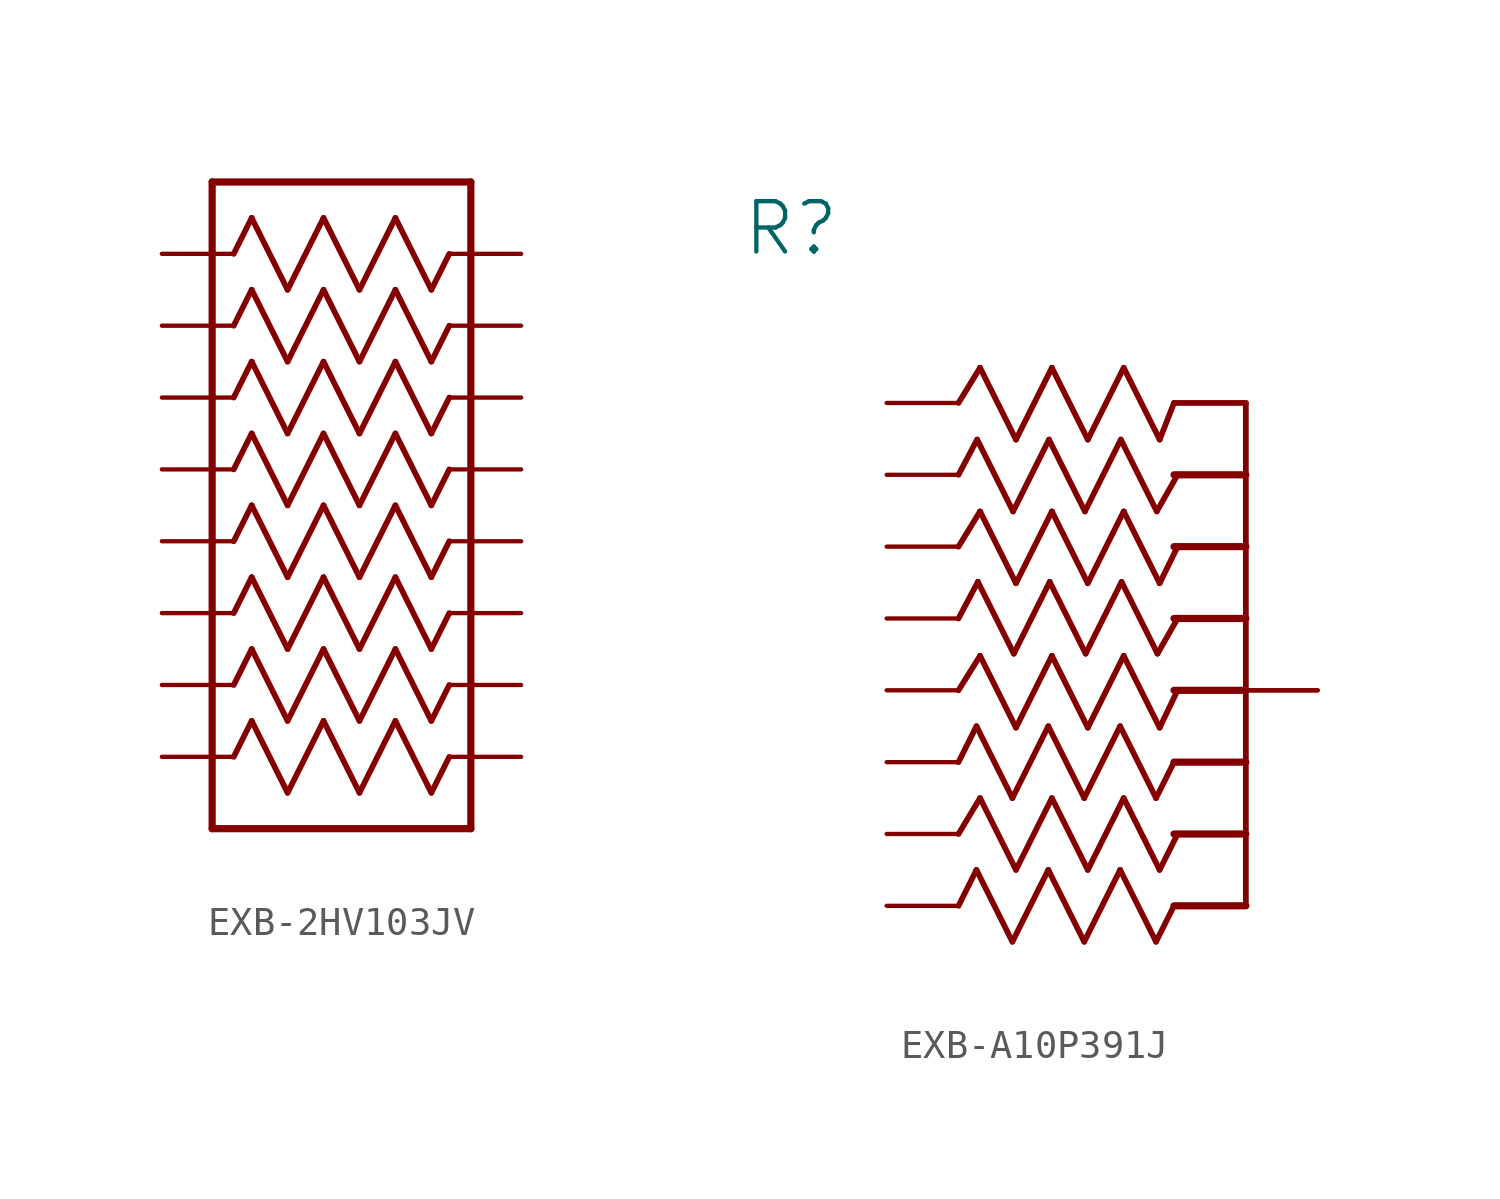
<source format=kicad_sym>
(kicad_symbol_lib
  (version 20241209)
  (generator "kicad_symbol_editor")
  (generator_version "9.0")
  (symbol "EXB-2HV103JV"
    (property "Reference" "R"
      (at -2.54 10.16 0)
      (effects (font (size 3.48 2.958)) (justify left bottom) (hide yes)))
    (property "ki_locked" ""
      (at 0 0 0)
      (effects (font (size 1.27 1.27))))
    (symbol "EXB-2HV103JV_1_0"
      (polyline (pts (xy 1.778 2.54) (xy 10.922 2.54)) (stroke (width 0.254) (type solid)) (fill (type none)))
      (polyline (pts (xy 1.778 -20.32) (xy 1.778 2.54)) (stroke (width 0.254) (type solid)) (fill (type none)))
      (polyline (pts (xy 2.54 0) (xy 3.175 1.27)) (stroke (width 0.203) (type solid)) (fill (type none)))
      (polyline (pts (xy 2.54 -2.54) (xy 3.175 -1.27)) (stroke (width 0.203) (type solid)) (fill (type none)))
      (polyline (pts (xy 2.54 -5.08) (xy 3.175 -3.81)) (stroke (width 0.203) (type solid)) (fill (type none)))
      (polyline (pts (xy 2.54 -7.62) (xy 3.175 -6.35)) (stroke (width 0.203) (type solid)) (fill (type none)))
      (polyline (pts (xy 2.54 -10.16) (xy 3.175 -8.89)) (stroke (width 0.203) (type solid)) (fill (type none)))
      (polyline (pts (xy 2.54 -12.7) (xy 3.175 -11.43)) (stroke (width 0.203) (type solid)) (fill (type none)))
      (polyline (pts (xy 2.54 -15.24) (xy 3.175 -13.97)) (stroke (width 0.203) (type solid)) (fill (type none)))
      (polyline (pts (xy 2.54 -17.78) (xy 3.175 -16.51)) (stroke (width 0.203) (type solid)) (fill (type none)))
      (polyline (pts (xy 3.175 1.27) (xy 4.445 -1.27)) (stroke (width 0.203) (type solid)) (fill (type none)))
      (polyline (pts (xy 3.175 -1.27) (xy 4.445 -3.81)) (stroke (width 0.203) (type solid)) (fill (type none)))
      (polyline (pts (xy 3.175 -3.81) (xy 4.445 -6.35)) (stroke (width 0.203) (type solid)) (fill (type none)))
      (polyline (pts (xy 3.175 -6.35) (xy 4.445 -8.89)) (stroke (width 0.203) (type solid)) (fill (type none)))
      (polyline (pts (xy 3.175 -8.89) (xy 4.445 -11.43)) (stroke (width 0.203) (type solid)) (fill (type none)))
      (polyline (pts (xy 3.175 -11.43) (xy 4.445 -13.97)) (stroke (width 0.203) (type solid)) (fill (type none)))
      (polyline (pts (xy 3.175 -13.97) (xy 4.445 -16.51)) (stroke (width 0.203) (type solid)) (fill (type none)))
      (polyline (pts (xy 3.175 -16.51) (xy 4.445 -19.05)) (stroke (width 0.203) (type solid)) (fill (type none)))
      (polyline (pts (xy 4.445 -1.27) (xy 5.715 1.27)) (stroke (width 0.203) (type solid)) (fill (type none)))
      (polyline (pts (xy 4.445 -3.81) (xy 5.715 -1.27)) (stroke (width 0.203) (type solid)) (fill (type none)))
      (polyline (pts (xy 4.445 -6.35) (xy 5.715 -3.81)) (stroke (width 0.203) (type solid)) (fill (type none)))
      (polyline (pts (xy 4.445 -8.89) (xy 5.715 -6.35)) (stroke (width 0.203) (type solid)) (fill (type none)))
      (polyline (pts (xy 4.445 -11.43) (xy 5.715 -8.89)) (stroke (width 0.203) (type solid)) (fill (type none)))
      (polyline (pts (xy 4.445 -13.97) (xy 5.715 -11.43)) (stroke (width 0.203) (type solid)) (fill (type none)))
      (polyline (pts (xy 4.445 -16.51) (xy 5.715 -13.97)) (stroke (width 0.203) (type solid)) (fill (type none)))
      (polyline (pts (xy 4.445 -19.05) (xy 5.715 -16.51)) (stroke (width 0.203) (type solid)) (fill (type none)))
      (polyline (pts (xy 5.715 1.27) (xy 6.985 -1.27)) (stroke (width 0.203) (type solid)) (fill (type none)))
      (polyline (pts (xy 5.715 -1.27) (xy 6.985 -3.81)) (stroke (width 0.203) (type solid)) (fill (type none)))
      (polyline (pts (xy 5.715 -3.81) (xy 6.985 -6.35)) (stroke (width 0.203) (type solid)) (fill (type none)))
      (polyline (pts (xy 5.715 -6.35) (xy 6.985 -8.89)) (stroke (width 0.203) (type solid)) (fill (type none)))
      (polyline (pts (xy 5.715 -8.89) (xy 6.985 -11.43)) (stroke (width 0.203) (type solid)) (fill (type none)))
      (polyline (pts (xy 5.715 -11.43) (xy 6.985 -13.97)) (stroke (width 0.203) (type solid)) (fill (type none)))
      (polyline (pts (xy 5.715 -13.97) (xy 6.985 -16.51)) (stroke (width 0.203) (type solid)) (fill (type none)))
      (polyline (pts (xy 5.715 -16.51) (xy 6.985 -19.05)) (stroke (width 0.203) (type solid)) (fill (type none)))
      (polyline (pts (xy 6.985 -1.27) (xy 8.255 1.27)) (stroke (width 0.203) (type solid)) (fill (type none)))
      (polyline (pts (xy 6.985 -3.81) (xy 8.255 -1.27)) (stroke (width 0.203) (type solid)) (fill (type none)))
      (polyline (pts (xy 6.985 -6.35) (xy 8.255 -3.81)) (stroke (width 0.203) (type solid)) (fill (type none)))
      (polyline (pts (xy 6.985 -8.89) (xy 8.255 -6.35)) (stroke (width 0.203) (type solid)) (fill (type none)))
      (polyline (pts (xy 6.985 -11.43) (xy 8.255 -8.89)) (stroke (width 0.203) (type solid)) (fill (type none)))
      (polyline (pts (xy 6.985 -13.97) (xy 8.255 -11.43)) (stroke (width 0.203) (type solid)) (fill (type none)))
      (polyline (pts (xy 6.985 -16.51) (xy 8.255 -13.97)) (stroke (width 0.203) (type solid)) (fill (type none)))
      (polyline (pts (xy 6.985 -19.05) (xy 8.255 -16.51)) (stroke (width 0.203) (type solid)) (fill (type none)))
      (polyline (pts (xy 8.255 1.27) (xy 9.525 -1.27)) (stroke (width 0.203) (type solid)) (fill (type none)))
      (polyline (pts (xy 8.255 -1.27) (xy 9.525 -3.81)) (stroke (width 0.203) (type solid)) (fill (type none)))
      (polyline (pts (xy 8.255 -3.81) (xy 9.525 -6.35)) (stroke (width 0.203) (type solid)) (fill (type none)))
      (polyline (pts (xy 8.255 -6.35) (xy 9.525 -8.89)) (stroke (width 0.203) (type solid)) (fill (type none)))
      (polyline (pts (xy 8.255 -8.89) (xy 9.525 -11.43)) (stroke (width 0.203) (type solid)) (fill (type none)))
      (polyline (pts (xy 8.255 -11.43) (xy 9.525 -13.97)) (stroke (width 0.203) (type solid)) (fill (type none)))
      (polyline (pts (xy 8.255 -13.97) (xy 9.525 -16.51)) (stroke (width 0.203) (type solid)) (fill (type none)))
      (polyline (pts (xy 8.255 -16.51) (xy 9.525 -19.05)) (stroke (width 0.203) (type solid)) (fill (type none)))
      (polyline (pts (xy 9.525 -1.27) (xy 10.16 0)) (stroke (width 0.203) (type solid)) (fill (type none)))
      (polyline (pts (xy 9.525 -3.81) (xy 10.16 -2.54)) (stroke (width 0.203) (type solid)) (fill (type none)))
      (polyline (pts (xy 9.525 -6.35) (xy 10.16 -5.08)) (stroke (width 0.203) (type solid)) (fill (type none)))
      (polyline (pts (xy 9.525 -8.89) (xy 10.16 -7.62)) (stroke (width 0.203) (type solid)) (fill (type none)))
      (polyline (pts (xy 9.525 -11.43) (xy 10.16 -10.16)) (stroke (width 0.203) (type solid)) (fill (type none)))
      (polyline (pts (xy 9.525 -13.97) (xy 10.16 -12.7)) (stroke (width 0.203) (type solid)) (fill (type none)))
      (polyline (pts (xy 9.525 -16.51) (xy 10.16 -15.24)) (stroke (width 0.203) (type solid)) (fill (type none)))
      (polyline (pts (xy 9.525 -19.05) (xy 10.16 -17.78)) (stroke (width 0.203) (type solid)) (fill (type none)))
      (polyline (pts (xy 10.922 2.54) (xy 10.922 -20.32)) (stroke (width 0.254) (type solid)) (fill (type none)))
      (polyline (pts (xy 10.922 -20.32) (xy 1.778 -20.32)) (stroke (width 0.254) (type solid)) (fill (type none)))
      (pin passive line (at 0 0 0) (length 2.54) (name "1" (effects (font (size 0 0)))) (number "1" (effects (font (size 0 0)))))
      (pin passive line (at 0 -2.54 0) (length 2.54) (name "2" (effects (font (size 0 0)))) (number "2" (effects (font (size 0 0)))))
      (pin passive line (at 0 -5.08 0) (length 2.54) (name "3" (effects (font (size 0 0)))) (number "3" (effects (font (size 0 0)))))
      (pin passive line (at 0 -7.62 0) (length 2.54) (name "4" (effects (font (size 0 0)))) (number "4" (effects (font (size 0 0)))))
      (pin passive line (at 0 -10.16 0) (length 2.54) (name "5" (effects (font (size 0 0)))) (number "5" (effects (font (size 0 0)))))
      (pin passive line (at 0 -12.7 0) (length 2.54) (name "6" (effects (font (size 0 0)))) (number "6" (effects (font (size 0 0)))))
      (pin passive line (at 0 -15.24 0) (length 2.54) (name "7" (effects (font (size 0 0)))) (number "7" (effects (font (size 0 0)))))
      (pin passive line (at 0 -17.78 0) (length 2.54) (name "8" (effects (font (size 0 0)))) (number "8" (effects (font (size 0 0)))))
      (pin passive line (at 12.7 0 180) (length 2.54) (name "16" (effects (font (size 0 0)))) (number "16" (effects (font (size 0 0)))))
      (pin passive line (at 12.7 -2.54 180) (length 2.54) (name "15" (effects (font (size 0 0)))) (number "15" (effects (font (size 0 0)))))
      (pin passive line (at 12.7 -5.08 180) (length 2.54) (name "14" (effects (font (size 0 0)))) (number "14" (effects (font (size 0 0)))))
      (pin passive line (at 12.7 -7.62 180) (length 2.54) (name "13" (effects (font (size 0 0)))) (number "13" (effects (font (size 0 0)))))
      (pin passive line (at 12.7 -10.16 180) (length 2.54) (name "12" (effects (font (size 0 0)))) (number "12" (effects (font (size 0 0)))))
      (pin passive line (at 12.7 -12.7 180) (length 2.54) (name "11" (effects (font (size 0 0)))) (number "11" (effects (font (size 0 0)))))
      (pin passive line (at 12.7 -15.24 180) (length 2.54) (name "10" (effects (font (size 0 0)))) (number "10" (effects (font (size 0 0)))))
      (pin passive line (at 12.7 -17.78 180) (length 2.54) (name "9" (effects (font (size 0 0)))) (number "9" (effects (font (size 0 0)))))))
  (symbol "EXB-A10P391J"
    (property "Reference" "R"
      (at -17.831 5.131 0)
      (effects (font (size 1.778 1.778)) (justify left bottom)))
    (property "Value" ""
      (at -17.678 2.591 0)
      (effects (font (size 1.778 1.778)) (justify left bottom)))
    (property "ki_locked" ""
      (at 0 0 0)
      (effects (font (size 1.27 1.27))))
    (symbol "EXB-A10P391J_1_0"
      (polyline (pts (xy -10.16 0) (xy -9.398 1.245)) (stroke (width 0.203) (type solid)) (fill (type none)))
      (polyline (pts (xy -10.16 -5.08) (xy -9.398 -3.835)) (stroke (width 0.203) (type solid)) (fill (type none)))
      (polyline (pts (xy -10.16 -10.16) (xy -9.398 -8.941)) (stroke (width 0.203) (type solid)) (fill (type none)))
      (polyline (pts (xy -10.16 -15.24) (xy -9.398 -13.97)) (stroke (width 0.203) (type solid)) (fill (type none)))
      (polyline (pts (xy -9.525 -11.43) (xy -10.16 -12.7)) (stroke (width 0.203) (type solid)) (fill (type none)))
      (polyline (pts (xy -9.525 -16.51) (xy -10.16 -17.78)) (stroke (width 0.203) (type solid)) (fill (type none)))
      (polyline (pts (xy -9.5 -1.295) (xy -10.16 -2.54)) (stroke (width 0.203) (type solid)) (fill (type none)))
      (polyline (pts (xy -9.474 -6.325) (xy -10.16 -7.62)) (stroke (width 0.203) (type solid)) (fill (type none)))
      (polyline (pts (xy -9.398 1.245) (xy -8.128 -1.295)) (stroke (width 0.203) (type solid)) (fill (type none)))
      (polyline (pts (xy -9.398 -3.835) (xy -8.128 -6.375)) (stroke (width 0.203) (type solid)) (fill (type none)))
      (polyline (pts (xy -9.398 -8.941) (xy -8.128 -11.481)) (stroke (width 0.203) (type solid)) (fill (type none)))
      (polyline (pts (xy -9.398 -13.97) (xy -8.128 -16.51)) (stroke (width 0.203) (type solid)) (fill (type none)))
      (polyline (pts (xy -8.255 -13.97) (xy -9.525 -11.43)) (stroke (width 0.203) (type solid)) (fill (type none)))
      (polyline (pts (xy -8.255 -19.05) (xy -9.525 -16.51)) (stroke (width 0.203) (type solid)) (fill (type none)))
      (polyline (pts (xy -8.23 -3.835) (xy -9.5 -1.295)) (stroke (width 0.203) (type solid)) (fill (type none)))
      (polyline (pts (xy -8.204 -8.865) (xy -9.474 -6.325)) (stroke (width 0.203) (type solid)) (fill (type none)))
      (polyline (pts (xy -8.128 -1.295) (xy -6.858 1.245)) (stroke (width 0.203) (type solid)) (fill (type none)))
      (polyline (pts (xy -8.128 -6.375) (xy -6.858 -3.835)) (stroke (width 0.203) (type solid)) (fill (type none)))
      (polyline (pts (xy -8.128 -11.481) (xy -6.858 -8.941)) (stroke (width 0.203) (type solid)) (fill (type none)))
      (polyline (pts (xy -8.128 -16.51) (xy -6.858 -13.97)) (stroke (width 0.203) (type solid)) (fill (type none)))
      (polyline (pts (xy -6.985 -11.43) (xy -8.255 -13.97)) (stroke (width 0.203) (type solid)) (fill (type none)))
      (polyline (pts (xy -6.985 -16.51) (xy -8.255 -19.05)) (stroke (width 0.203) (type solid)) (fill (type none)))
      (polyline (pts (xy -6.96 -1.295) (xy -8.23 -3.835)) (stroke (width 0.203) (type solid)) (fill (type none)))
      (polyline (pts (xy -6.934 -6.325) (xy -8.204 -8.865)) (stroke (width 0.203) (type solid)) (fill (type none)))
      (polyline (pts (xy -6.858 1.245) (xy -5.588 -1.295)) (stroke (width 0.203) (type solid)) (fill (type none)))
      (polyline (pts (xy -6.858 -3.835) (xy -5.588 -6.375)) (stroke (width 0.203) (type solid)) (fill (type none)))
      (polyline (pts (xy -6.858 -8.941) (xy -5.588 -11.481)) (stroke (width 0.203) (type solid)) (fill (type none)))
      (polyline (pts (xy -6.858 -13.97) (xy -5.588 -16.51)) (stroke (width 0.203) (type solid)) (fill (type none)))
      (polyline (pts (xy -5.715 -13.97) (xy -6.985 -11.43)) (stroke (width 0.203) (type solid)) (fill (type none)))
      (polyline (pts (xy -5.715 -19.05) (xy -6.985 -16.51)) (stroke (width 0.203) (type solid)) (fill (type none)))
      (polyline (pts (xy -5.69 -3.835) (xy -6.96 -1.295)) (stroke (width 0.203) (type solid)) (fill (type none)))
      (polyline (pts (xy -5.664 -8.865) (xy -6.934 -6.325)) (stroke (width 0.203) (type solid)) (fill (type none)))
      (polyline (pts (xy -5.588 -1.295) (xy -4.318 1.245)) (stroke (width 0.203) (type solid)) (fill (type none)))
      (polyline (pts (xy -5.588 -6.375) (xy -4.318 -3.835)) (stroke (width 0.203) (type solid)) (fill (type none)))
      (polyline (pts (xy -5.588 -11.481) (xy -4.318 -8.941)) (stroke (width 0.203) (type solid)) (fill (type none)))
      (polyline (pts (xy -5.588 -16.51) (xy -4.318 -13.97)) (stroke (width 0.203) (type solid)) (fill (type none)))
      (polyline (pts (xy -4.445 -11.43) (xy -5.715 -13.97)) (stroke (width 0.203) (type solid)) (fill (type none)))
      (polyline (pts (xy -4.445 -16.51) (xy -5.715 -19.05)) (stroke (width 0.203) (type solid)) (fill (type none)))
      (polyline (pts (xy -4.42 -1.295) (xy -5.69 -3.835)) (stroke (width 0.203) (type solid)) (fill (type none)))
      (polyline (pts (xy -4.394 -6.325) (xy -5.664 -8.865)) (stroke (width 0.203) (type solid)) (fill (type none)))
      (polyline (pts (xy -4.318 1.245) (xy -3.048 -1.295)) (stroke (width 0.203) (type solid)) (fill (type none)))
      (polyline (pts (xy -4.318 -3.835) (xy -3.048 -6.375)) (stroke (width 0.203) (type solid)) (fill (type none)))
      (polyline (pts (xy -4.318 -8.941) (xy -3.048 -11.481)) (stroke (width 0.203) (type solid)) (fill (type none)))
      (polyline (pts (xy -4.318 -13.97) (xy -3.048 -16.51)) (stroke (width 0.203) (type solid)) (fill (type none)))
      (polyline (pts (xy -3.175 -13.97) (xy -4.445 -11.43)) (stroke (width 0.203) (type solid)) (fill (type none)))
      (polyline (pts (xy -3.175 -19.05) (xy -4.445 -16.51)) (stroke (width 0.203) (type solid)) (fill (type none)))
      (polyline (pts (xy -3.15 -3.835) (xy -4.42 -1.295)) (stroke (width 0.203) (type solid)) (fill (type none)))
      (polyline (pts (xy -3.124 -8.865) (xy -4.394 -6.325)) (stroke (width 0.203) (type solid)) (fill (type none)))
      (polyline (pts (xy -3.048 -1.295) (xy -2.54 0)) (stroke (width 0.203) (type solid)) (fill (type none)))
      (polyline (pts (xy -3.048 -6.375) (xy -2.413 -5.08)) (stroke (width 0.203) (type solid)) (fill (type none)))
      (polyline (pts (xy -3.048 -11.481) (xy -2.413 -10.16)) (stroke (width 0.203) (type solid)) (fill (type none)))
      (polyline (pts (xy -3.048 -16.51) (xy -2.413 -15.24)) (stroke (width 0.203) (type solid)) (fill (type none)))
      (polyline (pts (xy -2.54 0) (xy 0 0)) (stroke (width 0.203) (type solid)) (fill (type none)))
      (polyline (pts (xy -2.54 -2.54) (xy 0 -2.54)) (stroke (width 0.254) (type solid)) (fill (type none)))
      (polyline (pts (xy -2.54 -5.08) (xy 0 -5.08)) (stroke (width 0.254) (type solid)) (fill (type none)))
      (polyline (pts (xy -2.54 -7.62) (xy 0 -7.62)) (stroke (width 0.254) (type solid)) (fill (type none)))
      (polyline (pts (xy -2.54 -10.16) (xy 0 -10.16)) (stroke (width 0.254) (type solid)) (fill (type none)))
      (polyline (pts (xy -2.54 -12.7) (xy -3.175 -13.97)) (stroke (width 0.203) (type solid)) (fill (type none)))
      (polyline (pts (xy -2.54 -12.7) (xy 0 -12.7)) (stroke (width 0.254) (type solid)) (fill (type none)))
      (polyline (pts (xy -2.54 -15.24) (xy 0 -15.24)) (stroke (width 0.254) (type solid)) (fill (type none)))
      (polyline (pts (xy -2.54 -17.78) (xy -3.175 -19.05)) (stroke (width 0.203) (type solid)) (fill (type none)))
      (polyline (pts (xy -2.54 -17.78) (xy 0 -17.78)) (stroke (width 0.254) (type solid)) (fill (type none)))
      (polyline (pts (xy -2.413 -2.54) (xy -3.15 -3.835)) (stroke (width 0.203) (type solid)) (fill (type none)))
      (polyline (pts (xy -2.413 -7.62) (xy -3.124 -8.865)) (stroke (width 0.203) (type solid)) (fill (type none)))
      (polyline (pts (xy 0 0) (xy 0 -2.54)) (stroke (width 0.203) (type solid)) (fill (type none)))
      (polyline (pts (xy 0 -2.54) (xy 0 -5.08)) (stroke (width 0.203) (type solid)) (fill (type none)))
      (polyline (pts (xy 0 -5.08) (xy 0 -7.62)) (stroke (width 0.203) (type solid)) (fill (type none)))
      (polyline (pts (xy 0 -7.62) (xy 0 -10.16)) (stroke (width 0.203) (type solid)) (fill (type none)))
      (polyline (pts (xy 0 -10.16) (xy 0 -12.7)) (stroke (width 0.203) (type solid)) (fill (type none)))
      (polyline (pts (xy 0 -12.7) (xy 0 -15.24)) (stroke (width 0.203) (type solid)) (fill (type none)))
      (polyline (pts (xy 0 -15.24) (xy 0 -17.78)) (stroke (width 0.203) (type solid)) (fill (type none)))
      (pin passive line (at -12.7 0 0) (length 2.54) (name "11" (effects (font (size 0 0)))) (number "1" (effects (font (size 0 0)))))
      (pin passive line (at -12.7 -2.54 0) (length 2.54) (name "99" (effects (font (size 0 0)))) (number "9" (effects (font (size 0 0)))))
      (pin passive line (at -12.7 -5.08 0) (length 2.54) (name "22" (effects (font (size 0 0)))) (number "2" (effects (font (size 0 0)))))
      (pin passive line (at -12.7 -7.62 0) (length 2.54) (name "88" (effects (font (size 0 0)))) (number "8" (effects (font (size 0 0)))))
      (pin passive line (at -12.7 -10.16 0) (length 2.54) (name "33" (effects (font (size 0 0)))) (number "3" (effects (font (size 0 0)))))
      (pin passive line (at -12.7 -12.7 0) (length 2.54) (name "77" (effects (font (size 0 0)))) (number "7" (effects (font (size 0 0)))))
      (pin passive line (at -12.7 -15.24 0) (length 2.54) (name "44" (effects (font (size 0 0)))) (number "4" (effects (font (size 0 0)))))
      (pin passive line (at -12.7 -17.78 0) (length 2.54) (name "66" (effects (font (size 0 0)))) (number "6" (effects (font (size 0 0)))))
      (pin passive line (at 2.54 -10.16 180) (length 2.54) (name "55" (effects (font (size 0 0)))) (number "10" (effects (font (size 0 0)))))
      (pin passive line (at 2.54 -10.16 180) (length 2.54) (name "55" (effects (font (size 0 0)))) (number "5" (effects (font (size 0 0))))))))
</source>
